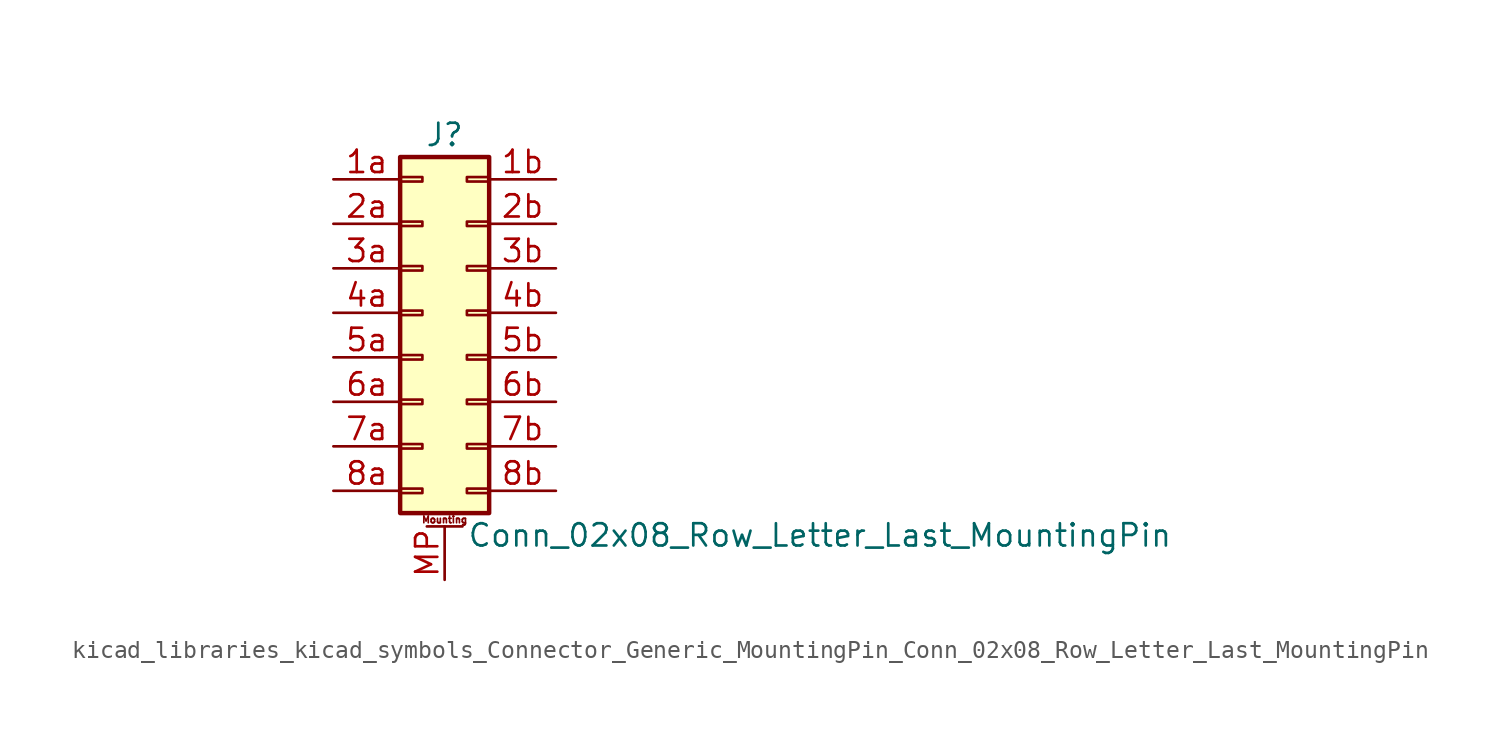
<source format=kicad_sym>
(kicad_symbol_lib
  (version 20220914)
  (generator kicad_symbol_editor)
  (symbol "kicad_libraries_kicad_symbols_Connector_Generic_MountingPin_Conn_02x08_Row_Letter_Last_MountingPin"
    (pin_names
      (offset 1.016) hide)
    (property "Reference" "J"
      (at 1.27 10.16 0)
      (effects (font (size 1.27 1.27))))
    (property "Value" "Conn_02x08_Row_Letter_Last_MountingPin"
      (at 2.54 -12.7 0)
      (effects (font (size 1.27 1.27)) (justify left)))
    (symbol "kicad_libraries_kicad_symbols_Connector_Generic_MountingPin_Conn_02x08_Row_Letter_Last_MountingPin_1_1"
      (rectangle (start -1.27 -10.033) (end 0 -10.287) (stroke (width 0.152) (type default)) (fill (type none)))
      (rectangle (start -1.27 -7.493) (end 0 -7.747) (stroke (width 0.152) (type default)) (fill (type none)))
      (rectangle (start -1.27 -4.953) (end 0 -5.207) (stroke (width 0.152) (type default)) (fill (type none)))
      (rectangle (start -1.27 -2.413) (end 0 -2.667) (stroke (width 0.152) (type default)) (fill (type none)))
      (rectangle (start -1.27 0.127) (end 0 -0.127) (stroke (width 0.152) (type default)) (fill (type none)))
      (rectangle (start -1.27 2.667) (end 0 2.413) (stroke (width 0.152) (type default)) (fill (type none)))
      (rectangle (start -1.27 5.207) (end 0 4.953) (stroke (width 0.152) (type default)) (fill (type none)))
      (rectangle (start -1.27 7.747) (end 0 7.493) (stroke (width 0.152) (type default)) (fill (type none)))
      (rectangle (start -1.27 8.89) (end 3.81 -11.43) (stroke (width 0.254) (type default)) (fill (type background)))
      (polyline (pts (xy 0.254 -12.192) (xy 2.286 -12.192)) (stroke (width 0.152) (type default)) (fill (type none)))
      (rectangle (start 3.81 -10.033) (end 2.54 -10.287) (stroke (width 0.152) (type default)) (fill (type none)))
      (rectangle (start 3.81 -7.493) (end 2.54 -7.747) (stroke (width 0.152) (type default)) (fill (type none)))
      (rectangle (start 3.81 -4.953) (end 2.54 -5.207) (stroke (width 0.152) (type default)) (fill (type none)))
      (rectangle (start 3.81 -2.413) (end 2.54 -2.667) (stroke (width 0.152) (type default)) (fill (type none)))
      (rectangle (start 3.81 0.127) (end 2.54 -0.127) (stroke (width 0.152) (type default)) (fill (type none)))
      (rectangle (start 3.81 2.667) (end 2.54 2.413) (stroke (width 0.152) (type default)) (fill (type none)))
      (rectangle (start 3.81 5.207) (end 2.54 4.953) (stroke (width 0.152) (type default)) (fill (type none)))
      (rectangle (start 3.81 7.747) (end 2.54 7.493) (stroke (width 0.152) (type default)) (fill (type none)))
      (text "Mounting" (at 1.27 -11.811 0) (effects (font (size 0.381 0.381))))
      (pin passive line (at -5.08 7.62 0) (length 3.81) (name "Pin_1a" (effects (font (size 1.27 1.27)))) (number "1a" (effects (font (size 1.27 1.27)))))
      (pin passive line (at 7.62 7.62 180) (length 3.81) (name "Pin_1b" (effects (font (size 1.27 1.27)))) (number "1b" (effects (font (size 1.27 1.27)))))
      (pin passive line (at -5.08 5.08 0) (length 3.81) (name "Pin_2a" (effects (font (size 1.27 1.27)))) (number "2a" (effects (font (size 1.27 1.27)))))
      (pin passive line (at 7.62 5.08 180) (length 3.81) (name "Pin_2b" (effects (font (size 1.27 1.27)))) (number "2b" (effects (font (size 1.27 1.27)))))
      (pin passive line (at -5.08 2.54 0) (length 3.81) (name "Pin_3a" (effects (font (size 1.27 1.27)))) (number "3a" (effects (font (size 1.27 1.27)))))
      (pin passive line (at 7.62 2.54 180) (length 3.81) (name "Pin_3b" (effects (font (size 1.27 1.27)))) (number "3b" (effects (font (size 1.27 1.27)))))
      (pin passive line (at -5.08 0 0) (length 3.81) (name "Pin_4a" (effects (font (size 1.27 1.27)))) (number "4a" (effects (font (size 1.27 1.27)))))
      (pin passive line (at 7.62 0 180) (length 3.81) (name "Pin_4b" (effects (font (size 1.27 1.27)))) (number "4b" (effects (font (size 1.27 1.27)))))
      (pin passive line (at -5.08 -2.54 0) (length 3.81) (name "Pin_5a" (effects (font (size 1.27 1.27)))) (number "5a" (effects (font (size 1.27 1.27)))))
      (pin passive line (at 7.62 -2.54 180) (length 3.81) (name "Pin_5b" (effects (font (size 1.27 1.27)))) (number "5b" (effects (font (size 1.27 1.27)))))
      (pin passive line (at -5.08 -5.08 0) (length 3.81) (name "Pin_6a" (effects (font (size 1.27 1.27)))) (number "6a" (effects (font (size 1.27 1.27)))))
      (pin passive line (at 7.62 -5.08 180) (length 3.81) (name "Pin_6b" (effects (font (size 1.27 1.27)))) (number "6b" (effects (font (size 1.27 1.27)))))
      (pin passive line (at -5.08 -7.62 0) (length 3.81) (name "Pin_7a" (effects (font (size 1.27 1.27)))) (number "7a" (effects (font (size 1.27 1.27)))))
      (pin passive line (at 7.62 -7.62 180) (length 3.81) (name "Pin_7b" (effects (font (size 1.27 1.27)))) (number "7b" (effects (font (size 1.27 1.27)))))
      (pin passive line (at -5.08 -10.16 0) (length 3.81) (name "Pin_8a" (effects (font (size 1.27 1.27)))) (number "8a" (effects (font (size 1.27 1.27)))))
      (pin passive line (at 7.62 -10.16 180) (length 3.81) (name "Pin_8b" (effects (font (size 1.27 1.27)))) (number "8b" (effects (font (size 1.27 1.27)))))
      (pin passive line (at 1.27 -15.24 90) (length 3.048) (name "MountPin" (effects (font (size 1.27 1.27)))) (number "MP" (effects (font (size 1.27 1.27))))))))
</source>
